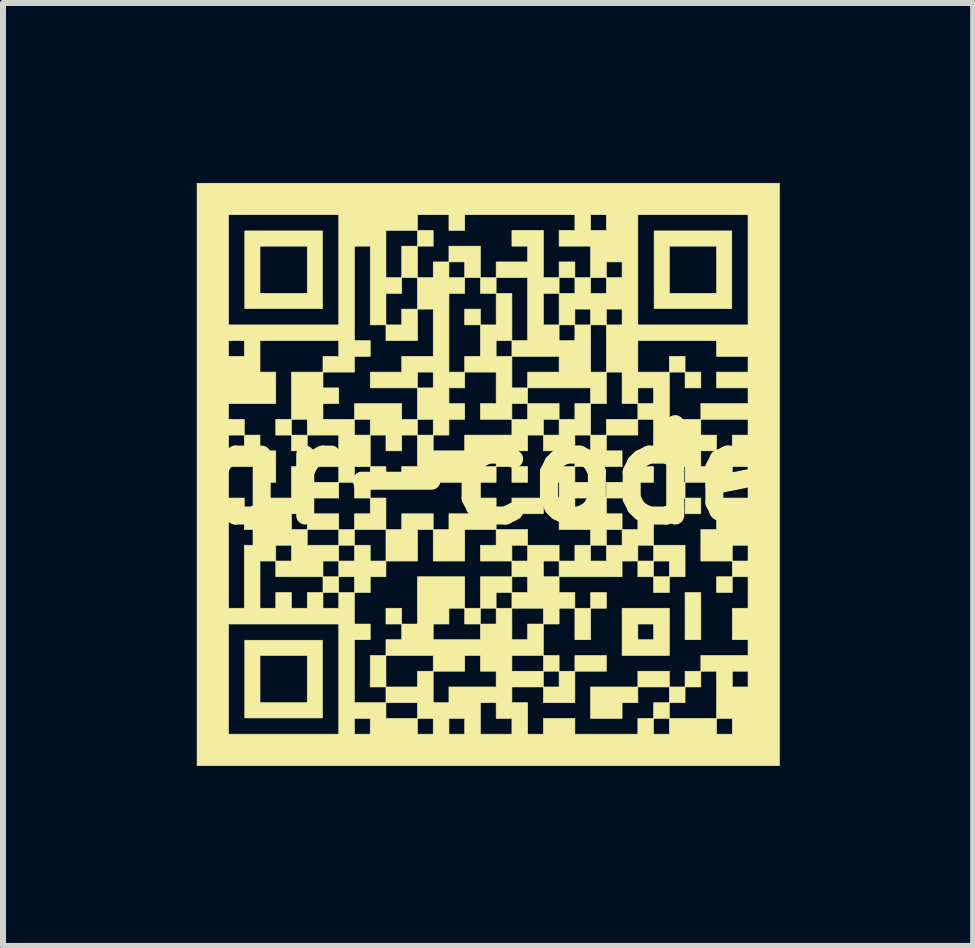
<source format=kicad_pcb>
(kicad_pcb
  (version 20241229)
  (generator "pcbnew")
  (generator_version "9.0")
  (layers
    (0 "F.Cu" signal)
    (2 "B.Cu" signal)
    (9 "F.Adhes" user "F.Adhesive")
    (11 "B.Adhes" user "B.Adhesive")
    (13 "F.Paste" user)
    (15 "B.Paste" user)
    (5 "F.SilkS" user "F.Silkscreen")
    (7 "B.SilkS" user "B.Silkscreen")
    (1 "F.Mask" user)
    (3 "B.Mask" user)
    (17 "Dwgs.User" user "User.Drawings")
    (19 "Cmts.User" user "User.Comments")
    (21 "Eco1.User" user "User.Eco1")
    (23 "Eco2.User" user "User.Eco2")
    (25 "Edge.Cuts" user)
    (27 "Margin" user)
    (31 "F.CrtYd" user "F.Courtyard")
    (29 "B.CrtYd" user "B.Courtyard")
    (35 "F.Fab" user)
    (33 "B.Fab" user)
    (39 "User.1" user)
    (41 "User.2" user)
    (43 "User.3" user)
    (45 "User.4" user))
  (footprint "qr-code"
    (layer "F.Cu")
    (at 5.087 4.856)
    (property "Reference" "qr-code" (at 0 0 0) (layer "F.SilkS") (effects (font (size 1.524 1.524) (thickness 0.3))))
    (attr through_hole)
    (fp_poly (pts (xy -2.489 0.923) (xy -3.014 0.923) (xy -3.014 0.66) (xy -2.489 0.66) (xy -2.489 0.923)) (stroke (width 0.01) (type solid)) (fill yes) (layer "F.SilkS"))
    (fp_poly (pts (xy -2.489 1.973) (xy -2.752 1.973) (xy -2.752 1.71) (xy -2.489 1.71) (xy -2.489 1.973)) (stroke (width 0.01) (type solid)) (fill yes) (layer "F.SilkS"))
    (fp_poly (pts (xy -1.964 0.398) (xy -2.227 0.398) (xy -2.227 0.135) (xy -1.964 0.135) (xy -1.964 0.398)) (stroke (width 0.01) (type solid)) (fill yes) (layer "F.SilkS"))
    (fp_poly (pts (xy -1.702 0.135) (xy -1.964 0.135) (xy -1.964 -0.127) (xy -1.702 -0.127) (xy -1.702 0.135)) (stroke (width 0.01) (type solid)) (fill yes) (layer "F.SilkS"))
    (fp_poly (pts (xy -1.702 3.548) (xy -1.964 3.548) (xy -1.964 3.023) (xy -1.702 3.023) (xy -1.702 3.548)) (stroke (width 0.01) (type solid)) (fill yes) (layer "F.SilkS"))
    (fp_poly (pts (xy -1.439 2.498) (xy -1.702 2.498) (xy -1.702 2.235) (xy -1.439 2.235) (xy -1.439 2.498)) (stroke (width 0.01) (type solid)) (fill yes) (layer "F.SilkS"))
    (fp_poly (pts (xy -1.177 -3.277) (xy -1.439 -3.277) (xy -1.439 -3.802) (xy -1.177 -3.802) (xy -1.177 -3.277)) (stroke (width 0.01) (type solid)) (fill yes) (layer "F.SilkS"))
    (fp_poly (pts (xy -0.914 -3.802) (xy -1.177 -3.802) (xy -1.177 -4.064) (xy -0.914 -4.064) (xy -0.914 -3.802)) (stroke (width 0.01) (type solid)) (fill yes) (layer "F.SilkS"))
    (fp_poly (pts (xy -0.127 -2.489) (xy -0.389 -2.489) (xy -0.389 -2.752) (xy -0.127 -2.752) (xy -0.127 -2.489)) (stroke (width 0.01) (type solid)) (fill yes) (layer "F.SilkS"))
    (fp_poly (pts (xy -0.127 2.498) (xy -0.389 2.498) (xy -0.389 2.235) (xy -0.127 2.235) (xy -0.127 2.498)) (stroke (width 0.01) (type solid)) (fill yes) (layer "F.SilkS"))
    (fp_poly (pts (xy 0.135 -3.014) (xy -0.127 -3.014) (xy -0.127 -3.277) (xy 0.135 -3.277) (xy 0.135 -3.014)) (stroke (width 0.01) (type solid)) (fill yes) (layer "F.SilkS"))
    (fp_poly (pts (xy 0.66 0.135) (xy 0.398 0.135) (xy 0.398 -0.127) (xy 0.66 -0.127) (xy 0.66 0.135)) (stroke (width 0.01) (type solid)) (fill yes) (layer "F.SilkS"))
    (fp_poly (pts (xy 0.923 0.66) (xy 0.398 0.66) (xy 0.398 0.398) (xy 0.923 0.398) (xy 0.923 0.66)) (stroke (width 0.01) (type solid)) (fill yes) (layer "F.SilkS"))
    (fp_poly (pts (xy 1.185 3.285) (xy 0.923 3.285) (xy 0.923 3.023) (xy 1.185 3.023) (xy 1.185 3.285)) (stroke (width 0.01) (type solid)) (fill yes) (layer "F.SilkS"))
    (fp_poly (pts (xy 1.448 -3.277) (xy 1.185 -3.277) (xy 1.185 -3.539) (xy 1.448 -3.539) (xy 1.448 -3.277)) (stroke (width 0.01) (type solid)) (fill yes) (layer "F.SilkS"))
    (fp_poly (pts (xy 1.71 2.76) (xy 1.448 2.76) (xy 1.448 2.235) (xy 1.71 2.235) (xy 1.71 2.76)) (stroke (width 0.01) (type solid)) (fill yes) (layer "F.SilkS"))
    (fp_poly (pts (xy 1.973 2.235) (xy 1.71 2.235) (xy 1.71 1.973) (xy 1.973 1.973) (xy 1.973 2.235)) (stroke (width 0.01) (type solid)) (fill yes) (layer "F.SilkS"))
    (fp_poly (pts (xy 1.973 3.285) (xy 1.448 3.285) (xy 1.448 3.023) (xy 1.973 3.023) (xy 1.973 3.285)) (stroke (width 0.01) (type solid)) (fill yes) (layer "F.SilkS"))
    (fp_poly (pts (xy 2.498 -0.652) (xy 1.973 -0.652) (xy 1.973 -0.914) (xy 2.498 -0.914) (xy 2.498 -0.652)) (stroke (width 0.01) (type solid)) (fill yes) (layer "F.SilkS"))
    (fp_poly (pts (xy 2.498 0.398) (xy 1.973 0.398) (xy 1.973 0.135) (xy 2.498 0.135) (xy 2.498 0.398)) (stroke (width 0.01) (type solid)) (fill yes) (layer "F.SilkS"))
    (fp_poly (pts (xy 2.76 0.135) (xy 2.498 0.135) (xy 2.498 -0.127) (xy 2.76 -0.127) (xy 2.76 0.135)) (stroke (width 0.01) (type solid)) (fill yes) (layer "F.SilkS"))
    (fp_poly (pts (xy 3.023 3.548) (xy 2.498 3.548) (xy 2.498 3.285) (xy 3.023 3.285) (xy 3.023 3.548)) (stroke (width 0.01) (type solid)) (fill yes) (layer "F.SilkS"))
    (fp_poly (pts (xy 3.023 4.072) (xy 2.76 4.072) (xy 2.76 3.81) (xy 3.023 3.81) (xy 3.023 4.072)) (stroke (width 0.01) (type solid)) (fill yes) (layer "F.SilkS"))
    (fp_poly (pts (xy 3.285 -1.702) (xy 3.023 -1.702) (xy 3.023 -1.964) (xy 3.285 -1.964) (xy 3.285 -1.702)) (stroke (width 0.01) (type solid)) (fill yes) (layer "F.SilkS"))
    (fp_poly (pts (xy 3.285 0.398) (xy 3.023 0.398) (xy 3.023 0.135) (xy 3.285 0.135) (xy 3.285 0.398)) (stroke (width 0.01) (type solid)) (fill yes) (layer "F.SilkS"))
    (fp_poly (pts (xy 3.285 3.81) (xy 3.023 3.81) (xy 3.023 3.548) (xy 3.285 3.548) (xy 3.285 3.81)) (stroke (width 0.01) (type solid)) (fill yes) (layer "F.SilkS"))
    (fp_poly (pts (xy 3.548 -1.439) (xy 3.285 -1.439) (xy 3.285 -1.702) (xy 3.548 -1.702) (xy 3.548 -1.439)) (stroke (width 0.01) (type solid)) (fill yes) (layer "F.SilkS"))
    (fp_poly (pts (xy 3.548 0.66) (xy 3.285 0.66) (xy 3.285 0.398) (xy 3.548 0.398) (xy 3.548 0.66)) (stroke (width 0.01) (type solid)) (fill yes) (layer "F.SilkS"))
    (fp_poly (pts (xy 3.548 2.76) (xy 3.285 2.76) (xy 3.285 1.973) (xy 3.548 1.973) (xy 3.548 2.76)) (stroke (width 0.01) (type solid)) (fill yes) (layer "F.SilkS"))
    (fp_poly (pts (xy 3.548 3.548) (xy 3.285 3.548) (xy 3.285 3.285) (xy 3.548 3.285) (xy 3.548 3.548)) (stroke (width 0.01) (type solid)) (fill yes) (layer "F.SilkS"))
    (fp_poly (pts (xy 4.072 1.973) (xy 3.81 1.973) (xy 3.81 1.71) (xy 4.072 1.71) (xy 4.072 1.973)) (stroke (width 0.01) (type solid)) (fill yes) (layer "F.SilkS"))
    (fp_poly (pts (xy -1.177 -2.227) (xy -1.702 -2.227) (xy -1.702 -2.489) (xy -1.439 -2.489) (xy -1.439 -2.752) (xy -1.177 -2.752) (xy -1.177 -2.227)) (stroke (width 0.01) (type solid)) (fill yes) (layer "F.SilkS"))
    (fp_poly (pts (xy 1.448 3.81) (xy 0.923 3.81) (xy 0.923 3.548) (xy 1.185 3.548) (xy 1.185 3.285) (xy 1.448 3.285) (xy 1.448 3.81)) (stroke (width 0.01) (type solid)) (fill yes) (layer "F.SilkS"))
    (fp_poly (pts (xy 2.498 3.81) (xy 2.235 3.81) (xy 2.235 4.072) (xy 1.71 4.072) (xy 1.71 3.548) (xy 2.498 3.548) (xy 2.498 3.81)) (stroke (width 0.01) (type solid)) (fill yes) (layer "F.SilkS"))
    (fp_poly (pts (xy 0.135 0.923) (xy -0.389 0.923) (xy -0.389 1.448) (xy -0.914 1.448) (xy -0.914 0.923) (xy -0.652 0.923) (xy -0.652 0.66) (xy -0.127 0.66) (xy -0.127 0.398) (xy 0.135 0.398) (xy 0.135 0.923)) (stroke (width 0.01) (type solid)) (fill yes) (layer "F.SilkS"))
    (fp_poly (pts (xy -2.76 -2.76) (xy -4.056 -2.76) (xy -4.056 -3.802) (xy -3.802 -3.802) (xy -3.802 -3.014) (xy -3.014 -3.014) (xy -3.014 -3.802) (xy -3.802 -3.802) (xy -4.056 -3.802) (xy -4.056 -4.056) (xy -2.76 -4.056) (xy -2.76 -2.76)) (stroke (width 0.01) (type solid)) (fill yes) (layer "F.SilkS"))
    (fp_poly (pts (xy -2.76 4.064) (xy -4.056 4.064) (xy -4.056 3.023) (xy -3.802 3.023) (xy -3.802 3.81) (xy -3.014 3.81) (xy -3.014 3.023) (xy -3.802 3.023) (xy -4.056 3.023) (xy -4.056 2.769) (xy -2.76 2.769) (xy -2.76 4.064)) (stroke (width 0.01) (type solid)) (fill yes) (layer "F.SilkS"))
    (fp_poly (pts (xy 3.023 3.023) (xy 2.235 3.023) (xy 2.235 2.498) (xy 2.498 2.498) (xy 2.498 2.76) (xy 2.76 2.76) (xy 2.76 2.498) (xy 2.498 2.498) (xy 2.235 2.498) (xy 2.235 2.235) (xy 3.023 2.235) (xy 3.023 3.023)) (stroke (width 0.01) (type solid)) (fill yes) (layer "F.SilkS"))
    (fp_poly (pts (xy 4.064 -2.76) (xy 2.769 -2.76) (xy 2.769 -3.802) (xy 3.023 -3.802) (xy 3.023 -3.014) (xy 3.81 -3.014) (xy 3.81 -3.802) (xy 3.023 -3.802) (xy 2.769 -3.802) (xy 2.769 -4.056) (xy 4.064 -4.056) (xy 4.064 -2.76)) (stroke (width 0.01) (type solid)) (fill yes) (layer "F.SilkS"))
    (fp_poly (pts (xy 3.285 1.71) (xy 3.023 1.71) (xy 3.023 1.973) (xy 2.76 1.973) (xy 2.76 1.71) (xy 2.498 1.71) (xy 2.498 1.448) (xy 2.76 1.448) (xy 2.76 1.71) (xy 3.023 1.71) (xy 3.023 1.448) (xy 2.76 1.448) (xy 2.76 1.185) (xy 3.285 1.185) (xy 3.285 1.71)) (stroke (width 0.01) (type solid)) (fill yes) (layer "F.SilkS"))
    (fp_poly (pts (xy 1.973 -0.652) (xy 1.973 -0.389) (xy 2.235 -0.389) (xy 2.235 -0.127) (xy 1.448 -0.127) (xy 1.448 -0.389) (xy 0.923 -0.389) (xy 0.923 -0.652) (xy 1.185 -0.652) (xy 1.448 -0.652) (xy 1.448 -0.389) (xy 1.71 -0.389) (xy 1.71 -0.652) (xy 1.448 -0.652) (xy 1.185 -0.652) (xy 1.185 -0.914) (xy 1.448 -0.914) (xy 1.448 -1.177) (xy 1.71 -1.177) (xy 1.71 -0.652) (xy 1.973 -0.652)) (stroke (width 0.01) (type solid)) (fill yes) (layer "F.SilkS"))
    (fp_poly (pts (xy -2.489 1.448) (xy -2.227 1.448) (xy -2.227 1.185) (xy -2.489 1.185) (xy -2.489 0.923) (xy -2.227 0.923) (xy -2.227 1.185) (xy -1.964 1.185) (xy -1.964 1.448) (xy -1.702 1.448) (xy -1.702 0.923) (xy -2.227 0.923) (xy -2.227 0.66) (xy -1.964 0.66) (xy -1.964 0.398) (xy -1.702 0.398) (xy -1.702 0.923) (xy -1.439 0.923) (xy -1.439 0.66) (xy -0.914 0.66) (xy -0.914 0.923) (xy -1.177 0.923) (xy -1.177 1.448) (xy -1.702 1.448) (xy -1.702 1.71) (xy -1.964 1.71) (xy -1.964 1.973) (xy -2.227 1.973) (xy -2.227 1.71) (xy -2.489 1.71) (xy -2.489 1.448)) (stroke (width 0.01) (type solid)) (fill yes) (layer "F.SilkS"))
    (fp_poly (pts (xy 0.135 -3.539) (xy 0.66 -3.539) (xy 0.66 -3.802) (xy 0.398 -3.802) (xy 0.398 -4.064) (xy 0.923 -4.064) (xy 0.923 -3.277) (xy 1.185 -3.277) (xy 1.185 -3.014) (xy 0.923 -3.014) (xy 0.923 -2.489) (xy 1.185 -2.489) (xy 1.185 -2.227) (xy 1.448 -2.227) (xy 1.448 -2.489) (xy 1.71 -2.489) (xy 1.71 -1.702) (xy 1.973 -1.702) (xy 1.973 -1.177) (xy 1.71 -1.177) (xy 1.71 -1.439) (xy 0.66 -1.439) (xy 0.66 -1.702) (xy 1.185 -1.702) (xy 1.185 -1.964) (xy 0.398 -1.964) (xy 0.398 -2.227) (xy 0.66 -2.227) (xy 0.66 -3.277) (xy 0.135 -3.277) (xy 0.135 -3.539)) (stroke (width 0.01) (type solid)) (fill yes) (layer "F.SilkS"))
    (fp_poly (pts (xy -1.177 -3.277) (xy -0.914 -3.277) (xy -0.914 -3.539) (xy -0.652 -3.539) (xy -0.652 -3.277) (xy -0.389 -3.277) (xy -0.389 -3.539) (xy -0.652 -3.539) (xy -0.652 -3.802) (xy -0.127 -3.802) (xy -0.127 -3.277) (xy -0.389 -3.277) (xy -0.389 -3.014) (xy -0.652 -3.014) (xy -0.652 -1.702) (xy -0.389 -1.702) (xy -0.389 -1.439) (xy -0.652 -1.439) (xy -0.652 -1.177) (xy -0.389 -1.177) (xy -0.389 -0.914) (xy -0.652 -0.914) (xy -0.652 -0.652) (xy -0.914 -0.652) (xy -0.914 -0.914) (xy -1.177 -0.914) (xy -1.177 -1.439) (xy -1.964 -1.439) (xy -1.964 -1.702) (xy -1.439 -1.702) (xy -1.177 -1.702) (xy -1.177 -1.439) (xy -0.914 -1.439) (xy -0.914 -1.702) (xy -1.177 -1.702) (xy -1.439 -1.702) (xy -1.439 -1.964) (xy -0.914 -1.964) (xy -0.914 -2.752) (xy -1.177 -2.752) (xy -1.177 -3.277)) (stroke (width 0.01) (type solid)) (fill yes) (layer "F.SilkS"))
    (fp_poly (pts (xy -2.752 -1.439) (xy -2.489 -1.439) (xy -2.489 -1.177) (xy -2.752 -1.177) (xy -2.752 -0.914) (xy -2.227 -0.914) (xy -2.227 -0.652) (xy -1.964 -0.652) (xy -1.964 -0.914) (xy -2.227 -0.914) (xy -2.227 -1.177) (xy -1.439 -1.177) (xy -1.439 -0.914) (xy -1.177 -0.914) (xy -1.177 -0.652) (xy -1.439 -0.652) (xy -1.439 -0.389) (xy -1.702 -0.389) (xy -1.702 -0.652) (xy -1.964 -0.652) (xy -1.964 -0.127) (xy -2.227 -0.127) (xy -2.227 0.135) (xy -2.489 0.135) (xy -2.489 -0.127) (xy -3.014 -0.127) (xy -3.014 -0.389) (xy -3.277 -0.389) (xy -3.277 -0.652) (xy -3.539 -0.652) (xy -3.539 -0.914) (xy -3.277 -0.914) (xy -3.277 -0.652) (xy -3.014 -0.652) (xy -3.014 -0.389) (xy -2.489 -0.389) (xy -2.489 -0.652) (xy -3.014 -0.652) (xy -3.014 -0.914) (xy -3.277 -0.914) (xy -3.277 -1.702) (xy -2.752 -1.702) (xy -2.752 -1.439)) (stroke (width 0.01) (type solid)) (fill yes) (layer "F.SilkS"))
    (fp_poly (pts (xy 1.185 -1.177) (xy 1.185 -0.914) (xy 0.923 -0.914) (xy 0.923 -0.652) (xy 0.66 -0.652) (xy 0.66 -0.389) (xy 0.398 -0.389) (xy 0.398 -0.127) (xy 0.135 -0.127) (xy 0.135 0.135) (xy -0.127 0.135) (xy -0.127 0.398) (xy -0.389 0.398) (xy -0.389 0.135) (xy -1.439 0.135) (xy -1.439 -0.127) (xy -1.177 -0.127) (xy -1.177 -0.652) (xy -0.914 -0.652) (xy -0.914 -0.389) (xy -0.389 -0.389) (xy -0.127 -0.389) (xy -0.127 -0.127) (xy 0.135 -0.127) (xy 0.135 -0.389) (xy -0.127 -0.389) (xy -0.389 -0.389) (xy -0.389 -0.652) (xy 0.398 -0.652) (xy 0.398 -0.914) (xy -0.127 -0.914) (xy -0.127 -1.177) (xy 0.135 -1.177) (xy 0.398 -1.177) (xy 0.398 -0.914) (xy 0.66 -0.914) (xy 0.66 -1.177) (xy 0.398 -1.177) (xy 0.135 -1.177) (xy 0.135 -1.702) (xy -0.389 -1.702) (xy -0.389 -1.964) (xy -0.127 -1.964) (xy -0.127 -2.489) (xy 0.135 -2.489) (xy 0.135 -3.014) (xy 0.398 -3.014) (xy 0.398 -2.227) (xy 0.135 -2.227) (xy 0.135 -1.964) (xy 0.398 -1.964) (xy 0.398 -1.439) (xy 0.66 -1.439) (xy 0.66 -1.177) (xy 1.185 -1.177)) (stroke (width 0.01) (type solid)) (fill yes) (layer "F.SilkS"))
    (fp_poly (pts (xy 1.185 1.185) (xy 1.185 1.448) (xy 1.448 1.448) (xy 1.448 1.185) (xy 1.71 1.185) (xy 1.71 1.448) (xy 1.973 1.448) (xy 1.973 1.185) (xy 1.71 1.185) (xy 1.71 0.923) (xy 1.973 0.923) (xy 1.973 1.185) (xy 2.235 1.185) (xy 2.235 0.923) (xy 1.973 0.923) (xy 1.71 0.923) (xy 1.185 0.923) (xy 1.185 0.398) (xy 1.448 0.398) (xy 1.448 0.66) (xy 1.71 0.66) (xy 1.71 0.398) (xy 1.448 0.398) (xy 1.185 0.398) (xy 1.185 0.135) (xy 0.923 0.135) (xy 0.923 -0.127) (xy 1.448 -0.127) (xy 1.448 0.135) (xy 1.71 0.135) (xy 1.71 0.398) (xy 1.973 0.398) (xy 1.973 0.66) (xy 2.235 0.66) (xy 2.235 0.923) (xy 2.498 0.923) (xy 2.498 0.66) (xy 2.76 0.66) (xy 2.76 1.185) (xy 2.498 1.185) (xy 2.498 1.448) (xy 2.235 1.448) (xy 2.235 1.71) (xy 1.185 1.71) (xy 1.185 1.973) (xy 1.448 1.973) (xy 1.448 2.235) (xy 1.185 2.235) (xy 1.185 2.498) (xy 0.923 2.498) (xy 0.923 2.235) (xy 0.398 2.235) (xy 0.398 1.973) (xy 0.135 1.973) (xy 0.135 2.235) (xy -0.127 2.235) (xy -0.127 1.71) (xy 0.398 1.71) (xy 0.398 1.973) (xy 0.66 1.973) (xy 0.66 1.71) (xy 0.398 1.71) (xy 0.398 1.448) (xy -0.127 1.448) (xy -0.127 1.185) (xy 0.135 1.185) (xy 0.398 1.185) (xy 0.398 1.448) (xy 0.66 1.448) (xy 0.923 1.448) (xy 0.923 1.71) (xy 1.185 1.71) (xy 1.185 1.448) (xy 0.923 1.448) (xy 0.66 1.448) (xy 0.66 1.185) (xy 0.398 1.185) (xy 0.135 1.185) (xy 0.135 0.923) (xy 0.66 0.923) (xy 0.66 1.185) (xy 1.185 1.185)) (stroke (width 0.01) (type solid)) (fill yes) (layer "F.SilkS"))
    (fp_poly (pts (xy 4.86 4.86) (xy -4.851 4.86) (xy -4.851 2.498) (xy -4.326 2.498) (xy -4.326 4.335) (xy -2.489 4.335) (xy -2.489 4.072) (xy -2.227 4.072) (xy -2.227 4.335) (xy -1.964 4.335) (xy -1.964 4.072) (xy -2.227 4.072) (xy -2.489 4.072) (xy -2.489 2.498) (xy -4.326 2.498) (xy -4.851 2.498) (xy -4.851 0.66) (xy -4.326 0.66) (xy -4.326 2.235) (xy -4.064 2.235) (xy -4.064 1.185) (xy -3.802 1.185) (xy -3.539 1.185) (xy -3.539 1.448) (xy -3.277 1.448) (xy -3.277 1.185) (xy -3.539 1.185) (xy -3.802 1.185) (xy -3.802 0.923) (xy -4.064 0.923) (xy -4.064 0.66) (xy -4.326 0.66) (xy -4.851 0.66) (xy -4.851 -0.127) (xy -4.326 -0.127) (xy -4.326 0.398) (xy -4.064 0.398) (xy -4.064 0.66) (xy -3.802 0.66) (xy -3.802 0.398) (xy -3.277 0.398) (xy -3.277 -0.127) (xy -3.014 -0.127) (xy -3.014 0.135) (xy -2.489 0.135) (xy -2.489 0.398) (xy -3.014 0.398) (xy -3.014 0.66) (xy -3.277 0.66) (xy -3.277 0.923) (xy -3.014 0.923) (xy -3.014 1.185) (xy -2.489 1.185) (xy -2.489 1.448) (xy -2.752 1.448) (xy -2.752 1.71) (xy -3.539 1.71) (xy -3.539 1.448) (xy -3.802 1.448) (xy -3.802 2.235) (xy -3.539 2.235) (xy -3.539 1.973) (xy -3.277 1.973) (xy -3.277 2.235) (xy -3.014 2.235) (xy -3.014 1.973) (xy -2.752 1.973) (xy -2.752 2.235) (xy -2.489 2.235) (xy -2.489 1.973) (xy -2.227 1.973) (xy -2.227 2.498) (xy -1.964 2.498) (xy -1.964 2.76) (xy -2.227 2.76) (xy -2.227 3.81) (xy -1.702 3.81) (xy -1.702 4.072) (xy -1.177 4.072) (xy -1.177 4.335) (xy -0.914 4.335) (xy -0.914 4.072) (xy -0.652 4.072) (xy -0.652 4.335) (xy -0.389 4.335) (xy -0.389 4.072) (xy -0.652 4.072) (xy -0.914 4.072) (xy -1.177 4.072) (xy -1.177 3.81) (xy -1.702 3.81) (xy -1.702 3.548) (xy -1.177 3.548) (xy -1.177 3.285) (xy -0.914 3.285) (xy -0.914 3.81) (xy -0.652 3.81) (xy -0.127 3.81) (xy -0.127 4.335) (xy 0.398 4.335) (xy 0.398 4.072) (xy 0.135 4.072) (xy 0.135 3.81) (xy -0.127 3.81) (xy -0.652 3.81) (xy -0.652 3.548) (xy 0.135 3.548) (xy 0.135 3.285) (xy -0.127 3.285) (xy -0.127 3.023) (xy -0.389 3.023) (xy -0.389 3.285) (xy -0.914 3.285) (xy -0.914 3.023) (xy -1.702 3.023) (xy -1.702 2.76) (xy -1.439 2.76) (xy -1.439 2.498) (xy -1.177 2.498) (xy -1.177 1.71) (xy -0.389 1.71) (xy -0.389 2.235) (xy -0.652 2.235) (xy -0.652 2.498) (xy -0.914 2.498) (xy -0.914 2.76) (xy -0.127 2.76) (xy -0.127 2.498) (xy 0.135 2.498) (xy 0.135 2.235) (xy 0.398 2.235) (xy 0.398 2.76) (xy 0.66 2.76) (xy 0.66 2.498) (xy 0.923 2.498) (xy 0.923 3.023) (xy 0.398 3.023) (xy 0.398 3.285) (xy 0.923 3.285) (xy 0.923 3.548) (xy 0.398 3.548) (xy 0.398 3.81) (xy 0.66 3.81) (xy 0.66 4.335) (xy 0.923 4.335) (xy 0.923 4.072) (xy 1.448 4.072) (xy 1.448 4.335) (xy 2.498 4.335) (xy 2.498 4.072) (xy 2.76 4.072) (xy 2.76 4.335) (xy 3.023 4.335) (xy 3.023 4.072) (xy 3.81 4.072) (xy 3.81 4.335) (xy 4.072 4.335) (xy 4.072 4.072) (xy 3.81 4.072) (xy 3.81 3.285) (xy 4.072 3.285) (xy 4.072 3.548) (xy 4.335 3.548) (xy 4.335 3.285) (xy 4.072 3.285) (xy 3.81 3.285) (xy 3.548 3.285) (xy 3.548 3.023) (xy 4.335 3.023) (xy 4.335 2.76) (xy 4.072 2.76) (xy 4.072 2.235) (xy 4.335 2.235) (xy 4.335 1.71) (xy 4.072 1.71) (xy 4.072 1.448) (xy 3.548 1.448) (xy 3.548 1.185) (xy 4.072 1.185) (xy 4.072 1.448) (xy 4.335 1.448) (xy 4.335 1.185) (xy 4.072 1.185) (xy 3.548 1.185) (xy 3.548 0.923) (xy 3.81 0.923) (xy 3.81 0.398) (xy 4.335 0.398) (xy 4.335 -0.127) (xy 4.072 -0.127) (xy 4.072 0.135) (xy 3.285 0.135) (xy 3.285 -0.127) (xy 3.023 -0.127) (xy 3.023 -0.389) (xy 3.548 -0.389) (xy 3.548 -0.127) (xy 3.81 -0.127) (xy 3.81 -0.389) (xy 3.548 -0.389) (xy 3.023 -0.389) (xy 2.76 -0.389) (xy 2.76 -0.914) (xy 2.498 -0.914) (xy 2.498 -1.177) (xy 2.235 -1.177) (xy 2.235 -1.439) (xy 2.498 -1.439) (xy 2.498 -1.177) (xy 2.76 -1.177) (xy 2.76 -1.439) (xy 2.498 -1.439) (xy 2.235 -1.439) (xy 2.235 -1.702) (xy 1.973 -1.702) (xy 1.973 -2.227) (xy 2.498 -2.227) (xy 2.498 -1.702) (xy 3.023 -1.702) (xy 3.023 -0.914) (xy 3.548 -0.914) (xy 3.548 -0.652) (xy 3.81 -0.652) (xy 3.81 -0.389) (xy 4.072 -0.389) (xy 4.072 -0.652) (xy 4.335 -0.652) (xy 4.335 -0.914) (xy 3.548 -0.914) (xy 3.548 -1.177) (xy 4.335 -1.177) (xy 4.335 -1.439) (xy 3.81 -1.439) (xy 3.81 -1.702) (xy 4.335 -1.702) (xy 4.335 -1.964) (xy 3.81 -1.964) (xy 3.81 -2.227) (xy 2.498 -2.227) (xy 1.973 -2.227) (xy 1.973 -2.489) (xy 1.71 -2.489) (xy 1.71 -2.752) (xy 1.973 -2.752) (xy 1.973 -2.489) (xy 2.235 -2.489) (xy 2.235 -2.752) (xy 1.973 -2.752) (xy 1.71 -2.752) (xy 1.448 -2.752) (xy 1.448 -2.489) (xy 1.185 -2.489) (xy 1.185 -3.014) (xy 1.448 -3.014) (xy 1.448 -3.277) (xy 1.71 -3.277) (xy 1.71 -3.014) (xy 1.973 -3.014) (xy 1.973 -3.277) (xy 1.71 -3.277) (xy 1.71 -3.539) (xy 1.973 -3.539) (xy 1.973 -3.277) (xy 2.235 -3.277) (xy 2.235 -3.539) (xy 1.973 -3.539) (xy 1.71 -3.539) (xy 1.71 -3.802) (xy 1.185 -3.802) (xy 1.185 -4.064) (xy 1.448 -4.064) (xy 1.448 -4.326) (xy 1.71 -4.326) (xy 1.71 -4.064) (xy 1.973 -4.064) (xy 1.973 -4.326) (xy 2.498 -4.326) (xy 2.498 -2.489) (xy 4.335 -2.489) (xy 4.335 -4.326) (xy 2.498 -4.326) (xy 1.973 -4.326) (xy 1.71 -4.326) (xy 1.448 -4.326) (xy -0.389 -4.326) (xy -0.389 -4.064) (xy -0.652 -4.064) (xy -0.652 -4.326) (xy -1.177 -4.326) (xy -1.177 -4.064) (xy -1.702 -4.064) (xy -1.702 -3.277) (xy -1.439 -3.277) (xy -1.439 -3.014) (xy -1.702 -3.014) (xy -1.702 -2.489) (xy -1.964 -2.489) (xy -1.964 -3.802) (xy -2.227 -3.802) (xy -2.227 -2.227) (xy -1.964 -2.227) (xy -1.964 -1.964) (xy -2.227 -1.964) (xy -2.227 -1.702) (xy -2.752 -1.702) (xy -2.752 -1.964) (xy -2.489 -1.964) (xy -2.489 -2.227) (xy -3.802 -2.227) (xy -3.802 -1.702) (xy -3.539 -1.702) (xy -3.539 -1.177) (xy -4.326 -1.177) (xy -4.326 -0.914) (xy -4.064 -0.914) (xy -4.064 -0.652) (xy -3.802 -0.652) (xy -3.802 -0.389) (xy -3.539 -0.389) (xy -3.539 0.135) (xy -3.802 0.135) (xy -3.802 -0.127) (xy -4.326 -0.127) (xy -4.851 -0.127) (xy -4.851 -0.652) (xy -4.326 -0.652) (xy -4.326 -0.389) (xy -4.064 -0.389) (xy -4.064 -0.652) (xy -4.326 -0.652) (xy -4.851 -0.652) (xy -4.851 -2.227) (xy -4.326 -2.227) (xy -4.326 -1.964) (xy -4.064 -1.964) (xy -4.064 -2.227) (xy -4.326 -2.227) (xy -4.851 -2.227) (xy -4.851 -4.326) (xy -4.326 -4.326) (xy -4.326 -2.489) (xy -2.489 -2.489) (xy -2.489 -4.326) (xy -4.326 -4.326) (xy -4.851 -4.326) (xy -4.851 -4.851) (xy 4.86 -4.851) (xy 4.86 4.86)) (stroke (width 0.01) (type solid)) (fill yes) (layer "F.SilkS")))
  (gr_rect
    (start -3 -3)
    (end 13.175 12.721)
    (stroke (width 0.1) (type default))
    (fill no)
    (layer "Edge.Cuts")))
</source>
